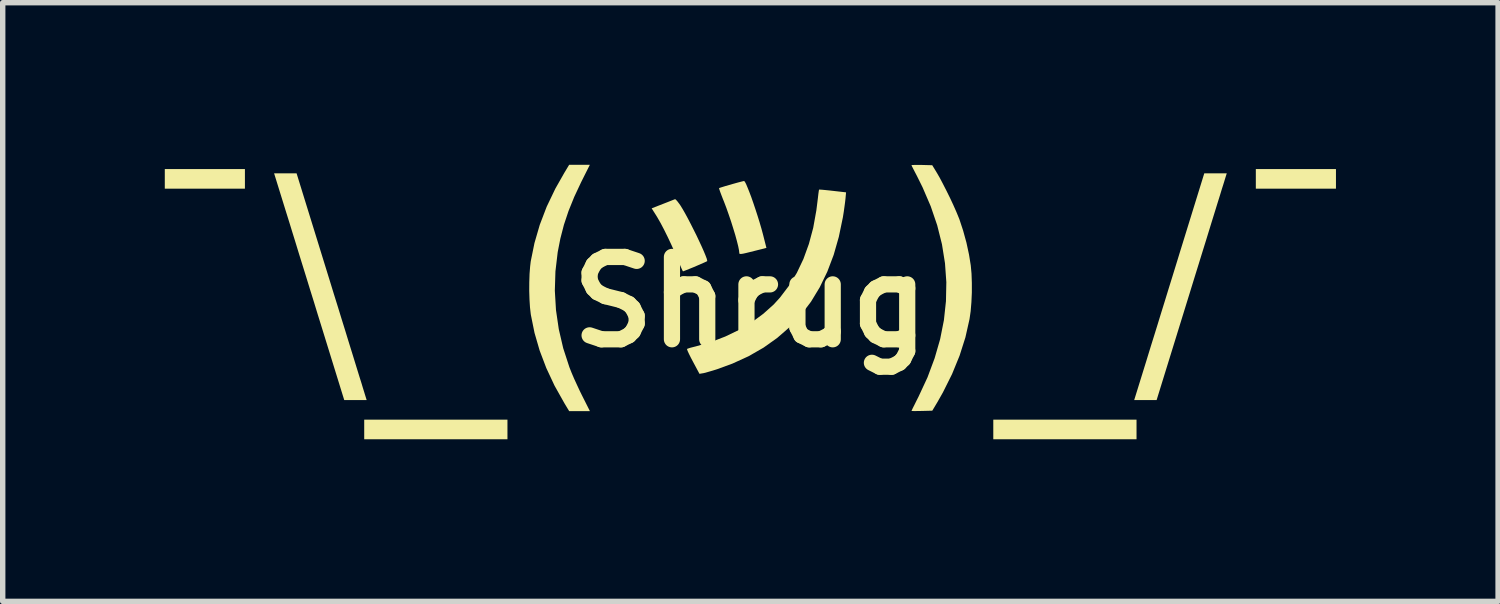
<source format=kicad_pcb>
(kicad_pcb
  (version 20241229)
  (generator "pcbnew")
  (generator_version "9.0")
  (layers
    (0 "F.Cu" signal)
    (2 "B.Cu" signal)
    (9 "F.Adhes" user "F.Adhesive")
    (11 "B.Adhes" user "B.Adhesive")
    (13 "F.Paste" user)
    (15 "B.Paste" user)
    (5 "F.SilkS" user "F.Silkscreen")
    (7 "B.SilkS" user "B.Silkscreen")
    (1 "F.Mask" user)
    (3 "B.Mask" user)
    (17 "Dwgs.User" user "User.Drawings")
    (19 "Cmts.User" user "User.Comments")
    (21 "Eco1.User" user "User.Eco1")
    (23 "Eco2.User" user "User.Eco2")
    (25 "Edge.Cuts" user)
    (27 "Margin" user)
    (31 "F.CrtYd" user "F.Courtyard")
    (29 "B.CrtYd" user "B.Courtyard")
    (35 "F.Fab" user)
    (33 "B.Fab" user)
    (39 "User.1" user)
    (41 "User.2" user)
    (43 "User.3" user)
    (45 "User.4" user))
  (footprint "Shrug"
    (layer "F.Cu")
    (at 10.838 2.54)
    (property "Reference" "Shrug" (at 0 0 0) (layer "F.SilkS") (effects (font (size 1.524 1.524) (thickness 0.3))))
    (attr through_hole)
    (fp_poly (pts (xy -9.355 -2.098) (xy -10.838 -2.098) (xy -10.838 -2.461) (xy -9.355 -2.461)) (stroke (width 0) (type solid)) (fill yes) (layer "F.SilkS"))
    (fp_poly (pts (xy -4.496 2.54) (xy -7.147 2.54) (xy -7.147 2.177) (xy -4.496 2.177)) (stroke (width 0) (type solid)) (fill yes) (layer "F.SilkS"))
    (fp_poly (pts (xy 7.147 2.54) (xy 4.496 2.54) (xy 4.496 2.177) (xy 7.147 2.177)) (stroke (width 0) (type solid)) (fill yes) (layer "F.SilkS"))
    (fp_poly (pts (xy 10.838 -2.098) (xy 9.355 -2.098) (xy 9.355 -2.461) (xy 10.838 -2.461)) (stroke (width 0) (type solid)) (fill yes) (layer "F.SilkS"))
    (fp_poly (pts (xy -7.788 -0.406) (xy -7.713 -0.162) (xy -7.639 0.075) (xy -7.569 0.303) (xy -7.501 0.521) (xy -7.438 0.727) (xy -7.379 0.917) (xy -7.325 1.092) (xy -7.277 1.248) (xy -7.235 1.384) (xy -7.199 1.498) (xy -7.172 1.588) (xy -7.152 1.652) (xy -7.141 1.688) (xy -7.14 1.692) (xy -7.102 1.814) (xy -7.31 1.814) (xy -7.517 1.814) (xy -7.94 0.446) (xy -8.009 0.224) (xy -8.079 -0.005) (xy -8.151 -0.236) (xy -8.222 -0.467) (xy -8.292 -0.692) (xy -8.359 -0.908) (xy -8.421 -1.111) (xy -8.479 -1.298) (xy -8.53 -1.464) (xy -8.574 -1.605) (xy -8.589 -1.653) (xy -8.815 -2.382) (xy -8.399 -2.382)) (stroke (width 0) (type solid)) (fill yes) (layer "F.SilkS"))
    (fp_poly (pts (xy 8.779 -2.26) (xy 8.77 -2.23) (xy 8.752 -2.172) (xy 8.725 -2.087) (xy 8.692 -1.978) (xy 8.651 -1.847) (xy 8.604 -1.695) (xy 8.551 -1.524) (xy 8.493 -1.336) (xy 8.431 -1.134) (xy 8.364 -0.919) (xy 8.294 -0.692) (xy 8.221 -0.457) (xy 8.146 -0.214) (xy 8.13 -0.162) (xy 7.519 1.814) (xy 7.104 1.814) (xy 7.33 1.085) (xy 7.37 0.954) (xy 7.418 0.798) (xy 7.474 0.619) (xy 7.535 0.422) (xy 7.6 0.21) (xy 7.669 -0.012) (xy 7.739 -0.24) (xy 7.811 -0.472) (xy 7.882 -0.702) (xy 7.951 -0.927) (xy 7.978 -1.014) (xy 8.401 -2.382) (xy 8.609 -2.382) (xy 8.817 -2.382)) (stroke (width 0) (type solid)) (fill yes) (layer "F.SilkS"))
    (fp_poly (pts (xy -3.131 -2.221) (xy -3.26 -1.946) (xy -3.366 -1.684) (xy -3.451 -1.429) (xy -3.517 -1.174) (xy -3.566 -0.923) (xy -3.608 -0.567) (xy -3.619 -0.21) (xy -3.598 0.147) (xy -3.546 0.502) (xy -3.464 0.855) (xy -3.35 1.205) (xy -3.341 1.228) (xy -3.307 1.314) (xy -3.262 1.419) (xy -3.21 1.532) (xy -3.157 1.646) (xy -3.115 1.731) (xy -2.97 2.019) (xy -3.354 2.019) (xy -3.442 1.873) (xy -3.625 1.547) (xy -3.777 1.222) (xy -3.9 0.898) (xy -3.995 0.571) (xy -4.062 0.24) (xy -4.065 0.221) (xy -4.079 0.097) (xy -4.088 -0.047) (xy -4.093 -0.205) (xy -4.092 -0.366) (xy -4.087 -0.521) (xy -4.076 -0.661) (xy -4.065 -0.753) (xy -3.996 -1.092) (xy -3.898 -1.429) (xy -3.77 -1.764) (xy -3.61 -2.098) (xy -3.442 -2.394) (xy -3.354 -2.54) (xy -2.971 -2.54)) (stroke (width 0) (type solid)) (fill yes) (layer "F.SilkS"))
    (fp_poly (pts (xy -1.378 -1.894) (xy -1.351 -1.864) (xy -1.316 -1.818) (xy -1.295 -1.788) (xy -1.255 -1.723) (xy -1.209 -1.643) (xy -1.158 -1.549) (xy -1.105 -1.447) (xy -1.051 -1.34) (xy -0.997 -1.232) (xy -0.947 -1.126) (xy -0.901 -1.027) (xy -0.861 -0.937) (xy -0.83 -0.862) (xy -0.808 -0.804) (xy -0.799 -0.767) (xy -0.8 -0.757) (xy -0.818 -0.747) (xy -0.858 -0.729) (xy -0.915 -0.704) (xy -0.982 -0.675) (xy -1.052 -0.645) (xy -1.121 -0.617) (xy -1.18 -0.593) (xy -1.224 -0.576) (xy -1.246 -0.568) (xy -1.248 -0.568) (xy -1.256 -0.582) (xy -1.274 -0.62) (xy -1.298 -0.677) (xy -1.328 -0.747) (xy -1.339 -0.777) (xy -1.396 -0.913) (xy -1.46 -1.055) (xy -1.527 -1.198) (xy -1.595 -1.335) (xy -1.66 -1.459) (xy -1.719 -1.562) (xy -1.74 -1.597) (xy -1.827 -1.734) (xy -1.62 -1.815) (xy -1.543 -1.845) (xy -1.477 -1.871) (xy -1.427 -1.891) (xy -1.398 -1.902) (xy -1.394 -1.904)) (stroke (width 0) (type solid)) (fill yes) (layer "F.SilkS"))
    (fp_poly (pts (xy -0.102 -2.226) (xy -0.08 -2.185) (xy -0.053 -2.121) (xy -0.02 -2.039) (xy 0.017 -1.941) (xy 0.055 -1.832) (xy 0.094 -1.716) (xy 0.133 -1.596) (xy 0.17 -1.477) (xy 0.204 -1.361) (xy 0.233 -1.254) (xy 0.237 -1.238) (xy 0.297 -1.002) (xy 0.1 -0.952) (xy -0.004 -0.926) (xy -0.081 -0.907) (xy -0.135 -0.895) (xy -0.171 -0.89) (xy -0.192 -0.89) (xy -0.202 -0.895) (xy -0.205 -0.905) (xy -0.205 -0.911) (xy -0.211 -0.961) (xy -0.226 -1.036) (xy -0.25 -1.131) (xy -0.28 -1.241) (xy -0.317 -1.362) (xy -0.357 -1.49) (xy -0.401 -1.619) (xy -0.445 -1.744) (xy -0.49 -1.862) (xy -0.508 -1.906) (xy -0.536 -1.978) (xy -0.559 -2.04) (xy -0.574 -2.084) (xy -0.58 -2.106) (xy -0.579 -2.108) (xy -0.562 -2.115) (xy -0.521 -2.128) (xy -0.463 -2.146) (xy -0.394 -2.166) (xy -0.32 -2.187) (xy -0.249 -2.207) (xy -0.188 -2.223) (xy -0.141 -2.235) (xy -0.117 -2.24) (xy -0.116 -2.24)) (stroke (width 0) (type solid)) (fill yes) (layer "F.SilkS"))
    (fp_poly (pts (xy 1.331 -2.078) (xy 1.394 -2.072) (xy 1.472 -2.064) (xy 1.524 -2.058) (xy 1.771 -2.03) (xy 1.76 -1.91) (xy 1.753 -1.849) (xy 1.742 -1.767) (xy 1.729 -1.674) (xy 1.714 -1.579) (xy 1.711 -1.562) (xy 1.637 -1.206) (xy 1.542 -0.873) (xy 1.424 -0.562) (xy 1.284 -0.273) (xy 1.122 -0.006) (xy 0.936 0.239) (xy 0.728 0.463) (xy 0.497 0.664) (xy 0.244 0.844) (xy -0.033 1.003) (xy -0.333 1.14) (xy -0.617 1.244) (xy -0.697 1.269) (xy -0.773 1.291) (xy -0.835 1.309) (xy -0.876 1.318) (xy -0.879 1.318) (xy -0.942 1.329) (xy -1.063 1.103) (xy -1.103 1.027) (xy -1.136 0.961) (xy -1.16 0.909) (xy -1.172 0.876) (xy -1.172 0.868) (xy -1.152 0.86) (xy -1.109 0.846) (xy -1.05 0.831) (xy -1.01 0.821) (xy -0.731 0.741) (xy -0.463 0.638) (xy -0.21 0.516) (xy 0.025 0.375) (xy 0.24 0.217) (xy 0.432 0.045) (xy 0.546 -0.08) (xy 0.714 -0.301) (xy 0.86 -0.54) (xy 0.982 -0.797) (xy 1.083 -1.075) (xy 1.163 -1.373) (xy 1.221 -1.695) (xy 1.24 -1.846) (xy 1.25 -1.927) (xy 1.258 -1.997) (xy 1.265 -2.048) (xy 1.27 -2.077) (xy 1.271 -2.081) (xy 1.288 -2.081)) (stroke (width 0) (type solid)) (fill yes) (layer "F.SilkS"))
    (fp_poly (pts (xy 3.17 -2.537) (xy 3.174 -2.537) (xy 3.366 -2.532) (xy 3.443 -2.406) (xy 3.499 -2.31) (xy 3.561 -2.193) (xy 3.627 -2.064) (xy 3.694 -1.929) (xy 3.756 -1.796) (xy 3.811 -1.672) (xy 3.855 -1.565) (xy 3.869 -1.53) (xy 3.938 -1.321) (xy 3.999 -1.099) (xy 4.047 -0.876) (xy 4.079 -0.678) (xy 4.093 -0.526) (xy 4.099 -0.355) (xy 4.099 -0.175) (xy 4.091 0.003) (xy 4.077 0.171) (xy 4.056 0.316) (xy 3.98 0.654) (xy 3.872 0.993) (xy 3.733 1.333) (xy 3.563 1.674) (xy 3.461 1.854) (xy 3.367 2.011) (xy 3.174 2.016) (xy 3.101 2.017) (xy 3.04 2.018) (xy 2.998 2.017) (xy 2.982 2.015) (xy 2.982 2.015) (xy 2.989 2) (xy 3.007 1.961) (xy 3.036 1.904) (xy 3.072 1.831) (xy 3.113 1.75) (xy 3.278 1.395) (xy 3.41 1.041) (xy 3.512 0.688) (xy 3.582 0.336) (xy 3.62 -0.016) (xy 3.627 -0.367) (xy 3.602 -0.718) (xy 3.546 -1.069) (xy 3.458 -1.42) (xy 3.338 -1.772) (xy 3.187 -2.123) (xy 3.084 -2.331) (xy 3.047 -2.402) (xy 3.016 -2.462) (xy 2.993 -2.507) (xy 2.982 -2.531) (xy 2.982 -2.533) (xy 2.997 -2.536) (xy 3.037 -2.537) (xy 3.096 -2.538)) (stroke (width 0) (type solid)) (fill yes) (layer "F.SilkS")))
  (gr_rect
    (start -3 -3)
    (end 24.677 8.08)
    (stroke (width 0.1) (type default))
    (fill no)
    (layer "Edge.Cuts")))
</source>
